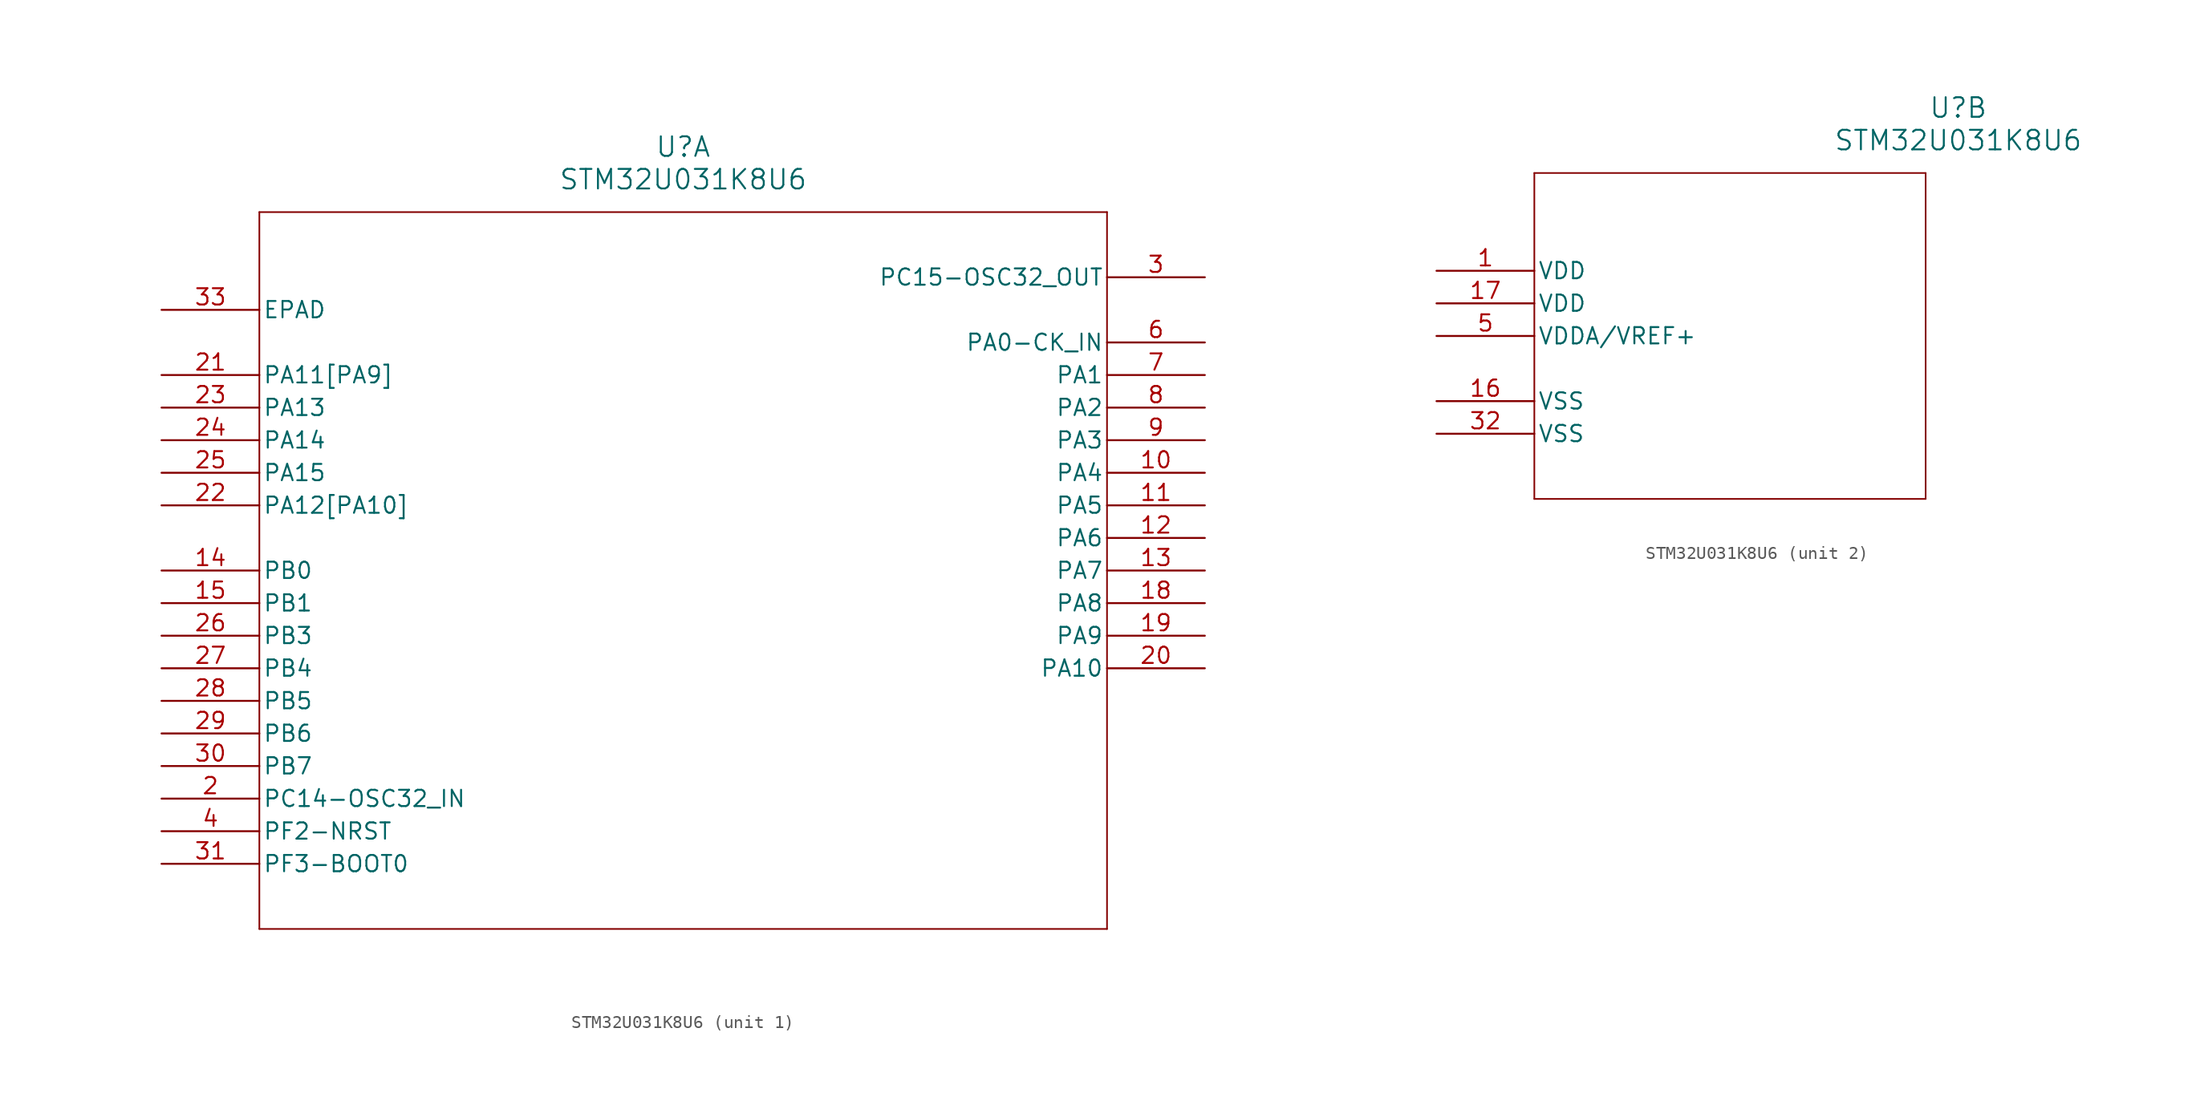
<source format=kicad_sym>
(kicad_symbol_lib
  (version 20211014)
  (generator kicad_symbol_editor)
  (symbol "STM32U031K8U6"
    (pin_names
      (offset 0.254))
    (property "Reference" "U"
      (at 40.64 12.7 0)
      (effects (font (size 1.524 1.524))))
    (property "Value" "STM32U031K8U6"
      (at 40.64 10.16 0)
      (effects (font (size 1.524 1.524))))
    (symbol "STM32U031K8U6_1_1"
      (polyline (pts (xy 7.62 7.62) (xy 7.62 -48.26)) (stroke (width 0.127) (type default) (color 0 0 0 0)) (fill (type none)))
      (polyline (pts (xy 7.62 -48.26) (xy 73.66 -48.26)) (stroke (width 0.127) (type default) (color 0 0 0 0)) (fill (type none)))
      (polyline (pts (xy 73.66 -48.26) (xy 73.66 7.62)) (stroke (width 0.127) (type default) (color 0 0 0 0)) (fill (type none)))
      (polyline (pts (xy 73.66 7.62) (xy 7.62 7.62)) (stroke (width 0.127) (type default) (color 0 0 0 0)) (fill (type none)))
      (pin bidirectional line (at 0 -38.1 0) (length 7.62) (name "PC14-OSC32_IN" (effects (font (size 1.27 1.27)))) (number "2" (effects (font (size 1.27 1.27)))))
      (pin bidirectional line (at 81.28 2.54 180) (length 7.62) (name "PC15-OSC32_OUT" (effects (font (size 1.27 1.27)))) (number "3" (effects (font (size 1.27 1.27)))))
      (pin bidirectional line (at 0 -40.64 0) (length 7.62) (name "PF2-NRST" (effects (font (size 1.27 1.27)))) (number "4" (effects (font (size 1.27 1.27)))))
      (pin bidirectional line (at 81.28 -2.54 180) (length 7.62) (name "PA0-CK_IN" (effects (font (size 1.27 1.27)))) (number "6" (effects (font (size 1.27 1.27)))))
      (pin bidirectional line (at 81.28 -5.08 180) (length 7.62) (name "PA1" (effects (font (size 1.27 1.27)))) (number "7" (effects (font (size 1.27 1.27)))))
      (pin bidirectional line (at 81.28 -7.62 180) (length 7.62) (name "PA2" (effects (font (size 1.27 1.27)))) (number "8" (effects (font (size 1.27 1.27)))))
      (pin bidirectional line (at 81.28 -10.16 180) (length 7.62) (name "PA3" (effects (font (size 1.27 1.27)))) (number "9" (effects (font (size 1.27 1.27)))))
      (pin bidirectional line (at 81.28 -12.7 180) (length 7.62) (name "PA4" (effects (font (size 1.27 1.27)))) (number "10" (effects (font (size 1.27 1.27)))))
      (pin bidirectional line (at 81.28 -15.24 180) (length 7.62) (name "PA5" (effects (font (size 1.27 1.27)))) (number "11" (effects (font (size 1.27 1.27)))))
      (pin bidirectional line (at 81.28 -17.78 180) (length 7.62) (name "PA6" (effects (font (size 1.27 1.27)))) (number "12" (effects (font (size 1.27 1.27)))))
      (pin bidirectional line (at 81.28 -20.32 180) (length 7.62) (name "PA7" (effects (font (size 1.27 1.27)))) (number "13" (effects (font (size 1.27 1.27)))))
      (pin bidirectional line (at 0 -20.32 0) (length 7.62) (name "PB0" (effects (font (size 1.27 1.27)))) (number "14" (effects (font (size 1.27 1.27)))))
      (pin bidirectional line (at 0 -22.86 0) (length 7.62) (name "PB1" (effects (font (size 1.27 1.27)))) (number "15" (effects (font (size 1.27 1.27)))))
      (pin bidirectional line (at 81.28 -22.86 180) (length 7.62) (name "PA8" (effects (font (size 1.27 1.27)))) (number "18" (effects (font (size 1.27 1.27)))))
      (pin bidirectional line (at 81.28 -25.4 180) (length 7.62) (name "PA9" (effects (font (size 1.27 1.27)))) (number "19" (effects (font (size 1.27 1.27)))))
      (pin bidirectional line (at 81.28 -27.94 180) (length 7.62) (name "PA10" (effects (font (size 1.27 1.27)))) (number "20" (effects (font (size 1.27 1.27)))))
      (pin bidirectional line (at 0 -5.08 0) (length 7.62) (name "PA11[PA9]" (effects (font (size 1.27 1.27)))) (number "21" (effects (font (size 1.27 1.27)))))
      (pin bidirectional line (at 0 -15.24 0) (length 7.62) (name "PA12[PA10]" (effects (font (size 1.27 1.27)))) (number "22" (effects (font (size 1.27 1.27)))))
      (pin bidirectional line (at 0 -7.62 0) (length 7.62) (name "PA13" (effects (font (size 1.27 1.27)))) (number "23" (effects (font (size 1.27 1.27)))))
      (pin bidirectional line (at 0 -10.16 0) (length 7.62) (name "PA14" (effects (font (size 1.27 1.27)))) (number "24" (effects (font (size 1.27 1.27)))))
      (pin bidirectional line (at 0 -12.7 0) (length 7.62) (name "PA15" (effects (font (size 1.27 1.27)))) (number "25" (effects (font (size 1.27 1.27)))))
      (pin bidirectional line (at 0 -25.4 0) (length 7.62) (name "PB3" (effects (font (size 1.27 1.27)))) (number "26" (effects (font (size 1.27 1.27)))))
      (pin bidirectional line (at 0 -27.94 0) (length 7.62) (name "PB4" (effects (font (size 1.27 1.27)))) (number "27" (effects (font (size 1.27 1.27)))))
      (pin bidirectional line (at 0 -30.48 0) (length 7.62) (name "PB5" (effects (font (size 1.27 1.27)))) (number "28" (effects (font (size 1.27 1.27)))))
      (pin bidirectional line (at 0 -33.02 0) (length 7.62) (name "PB6" (effects (font (size 1.27 1.27)))) (number "29" (effects (font (size 1.27 1.27)))))
      (pin bidirectional line (at 0 -35.56 0) (length 7.62) (name "PB7" (effects (font (size 1.27 1.27)))) (number "30" (effects (font (size 1.27 1.27)))))
      (pin bidirectional line (at 0 -43.18 0) (length 7.62) (name "PF3-BOOT0" (effects (font (size 1.27 1.27)))) (number "31" (effects (font (size 1.27 1.27)))))
      (pin unspecified line (at 0 0 0) (length 7.62) (name "EPAD" (effects (font (size 1.27 1.27)))) (number "33" (effects (font (size 1.27 1.27))))))
    (symbol "STM32U031K8U6_2_1"
      (polyline (pts (xy 7.62 7.62) (xy 7.62 -17.78)) (stroke (width 0.127) (type default) (color 0 0 0 0)) (fill (type none)))
      (polyline (pts (xy 7.62 -17.78) (xy 38.1 -17.78)) (stroke (width 0.127) (type default) (color 0 0 0 0)) (fill (type none)))
      (polyline (pts (xy 38.1 -17.78) (xy 38.1 7.62)) (stroke (width 0.127) (type default) (color 0 0 0 0)) (fill (type none)))
      (polyline (pts (xy 38.1 7.62) (xy 7.62 7.62)) (stroke (width 0.127) (type default) (color 0 0 0 0)) (fill (type none)))
      (pin power_in line (at 0 0 0) (length 7.62) (name "VDD" (effects (font (size 1.27 1.27)))) (number "1" (effects (font (size 1.27 1.27)))))
      (pin power_in line (at 0 -5.08 0) (length 7.62) (name "VDDA/VREF+" (effects (font (size 1.27 1.27)))) (number "5" (effects (font (size 1.27 1.27)))))
      (pin power_in line (at 0 -10.16 0) (length 7.62) (name "VSS" (effects (font (size 1.27 1.27)))) (number "16" (effects (font (size 1.27 1.27)))))
      (pin power_in line (at 0 -2.54 0) (length 7.62) (name "VDD" (effects (font (size 1.27 1.27)))) (number "17" (effects (font (size 1.27 1.27)))))
      (pin power_in line (at 0 -12.7 0) (length 7.62) (name "VSS" (effects (font (size 1.27 1.27)))) (number "32" (effects (font (size 1.27 1.27))))))))
</source>
